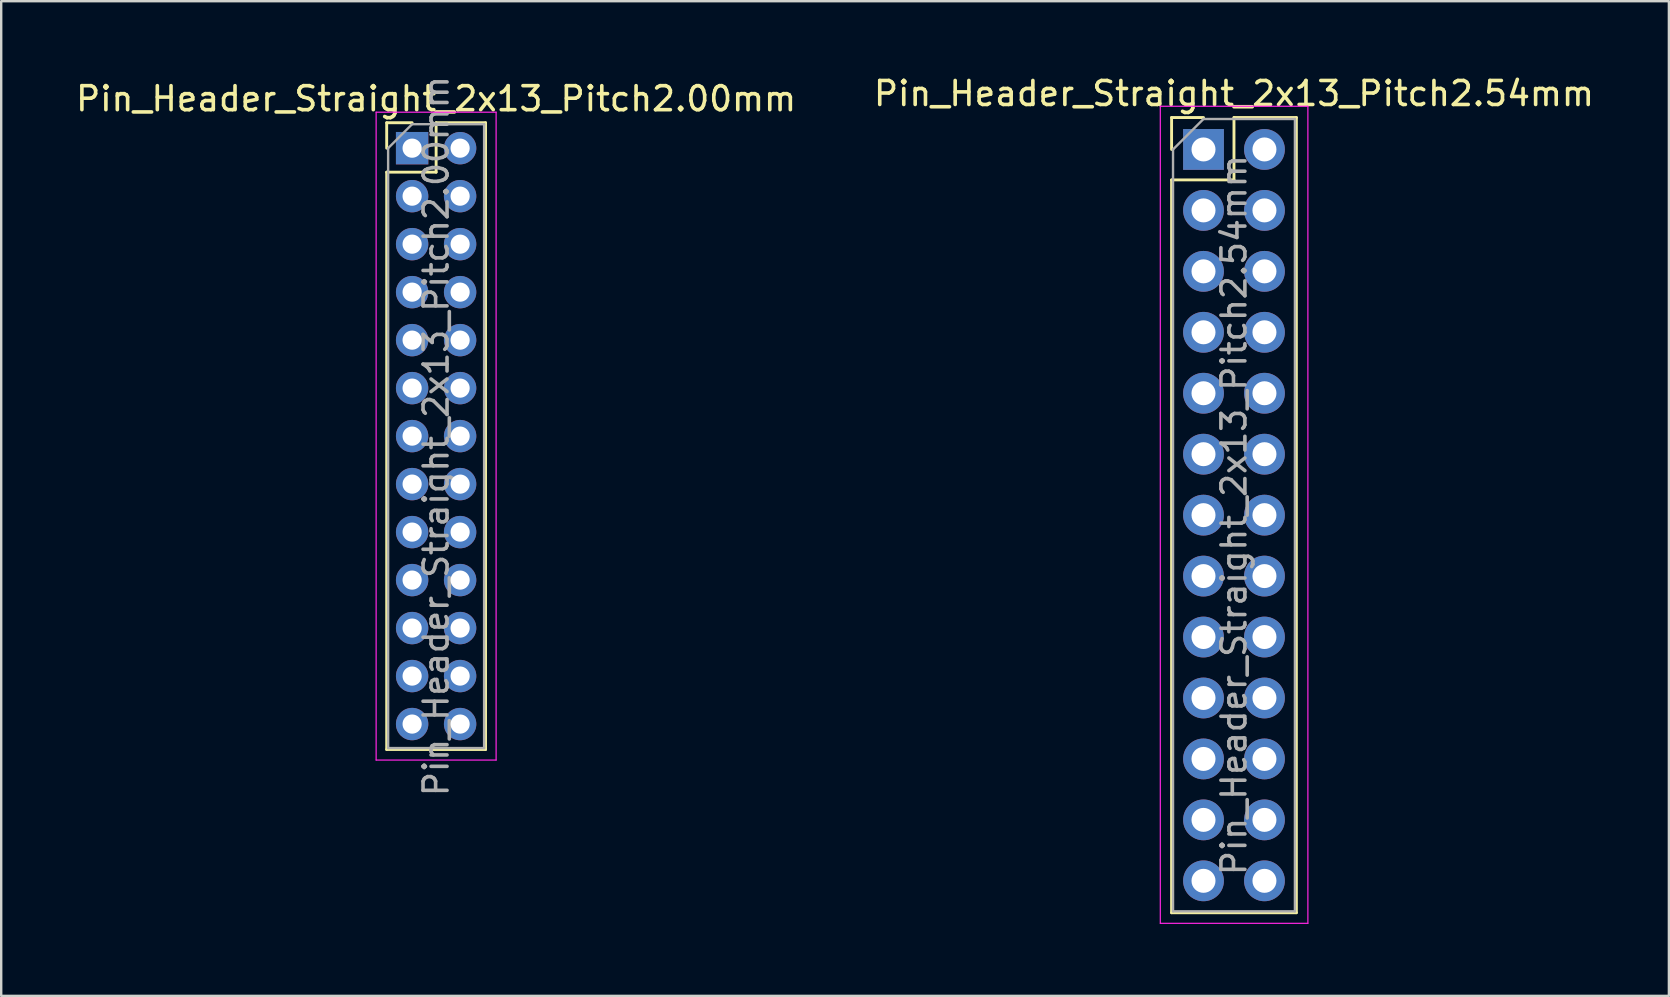
<source format=kicad_pcb>
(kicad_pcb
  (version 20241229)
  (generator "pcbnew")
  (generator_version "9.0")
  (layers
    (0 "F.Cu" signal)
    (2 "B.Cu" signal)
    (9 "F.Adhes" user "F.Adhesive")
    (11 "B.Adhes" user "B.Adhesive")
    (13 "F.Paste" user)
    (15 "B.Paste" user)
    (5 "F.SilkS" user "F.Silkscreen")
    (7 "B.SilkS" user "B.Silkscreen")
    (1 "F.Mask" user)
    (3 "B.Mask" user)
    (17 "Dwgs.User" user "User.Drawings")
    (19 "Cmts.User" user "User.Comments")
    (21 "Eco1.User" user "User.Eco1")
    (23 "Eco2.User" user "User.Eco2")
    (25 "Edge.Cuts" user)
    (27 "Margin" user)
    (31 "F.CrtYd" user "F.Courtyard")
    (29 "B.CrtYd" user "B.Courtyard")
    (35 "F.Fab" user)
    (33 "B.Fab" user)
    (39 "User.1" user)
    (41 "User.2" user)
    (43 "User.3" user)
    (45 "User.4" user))
  (footprint "Pin_Header_Straight_2x13_Pitch2.54mm"
    (layer "F.Cu")
    (at 47.105 3.178)
    (property "Reference" "Pin_Header_Straight_2x13_Pitch2.54mm" (at 1.27 -2.33 0) (layer "F.SilkS") (effects (font (size 1 1) (thickness 0.15))))
    (attr through_hole)
    (fp_line (start -1.33 -1.33) (end 0 -1.33) (stroke (width 0.12) (type solid)) (layer "F.SilkS"))
    (fp_line (start -1.33 0) (end -1.33 -1.33) (stroke (width 0.12) (type solid)) (layer "F.SilkS"))
    (fp_line (start -1.33 1.27) (end -1.33 31.81) (stroke (width 0.12) (type solid)) (layer "F.SilkS"))
    (fp_line (start -1.33 1.27) (end 1.27 1.27) (stroke (width 0.12) (type solid)) (layer "F.SilkS"))
    (fp_line (start -1.33 31.81) (end 3.87 31.81) (stroke (width 0.12) (type solid)) (layer "F.SilkS"))
    (fp_line (start 1.27 -1.33) (end 3.87 -1.33) (stroke (width 0.12) (type solid)) (layer "F.SilkS"))
    (fp_line (start 1.27 1.27) (end 1.27 -1.33) (stroke (width 0.12) (type solid)) (layer "F.SilkS"))
    (fp_line (start 3.87 -1.33) (end 3.87 31.81) (stroke (width 0.12) (type solid)) (layer "F.SilkS"))
    (fp_line (start -1.8 -1.8) (end -1.8 32.25) (stroke (width 0.05) (type solid)) (layer "F.CrtYd"))
    (fp_line (start -1.8 32.25) (end 4.35 32.25) (stroke (width 0.05) (type solid)) (layer "F.CrtYd"))
    (fp_line (start 4.35 -1.8) (end -1.8 -1.8) (stroke (width 0.05) (type solid)) (layer "F.CrtYd"))
    (fp_line (start 4.35 32.25) (end 4.35 -1.8) (stroke (width 0.05) (type solid)) (layer "F.CrtYd"))
    (fp_line (start -1.27 0) (end 0 -1.27) (stroke (width 0.1) (type solid)) (layer "F.Fab"))
    (fp_line (start -1.27 31.75) (end -1.27 0) (stroke (width 0.1) (type solid)) (layer "F.Fab"))
    (fp_line (start 0 -1.27) (end 3.81 -1.27) (stroke (width 0.1) (type solid)) (layer "F.Fab"))
    (fp_line (start 3.81 -1.27) (end 3.81 31.75) (stroke (width 0.1) (type solid)) (layer "F.Fab"))
    (fp_line (start 3.81 31.75) (end -1.27 31.75) (stroke (width 0.1) (type solid)) (layer "F.Fab"))
    (fp_text user "${REFERENCE}" (at 1.27 15.24 90) (layer "F.Fab") (effects (font (size 1 1) (thickness 0.15))))
    (pad "1" thru_hole rect (at 0 0) (size 1.7 1.7) (drill 1) (layers "*.Cu" "*.Mask"))
    (pad "2" thru_hole oval (at 2.54 0) (size 1.7 1.7) (drill 1) (layers "*.Cu" "*.Mask"))
    (pad "3" thru_hole oval (at 0 2.54) (size 1.7 1.7) (drill 1) (layers "*.Cu" "*.Mask"))
    (pad "4" thru_hole oval (at 2.54 2.54) (size 1.7 1.7) (drill 1) (layers "*.Cu" "*.Mask"))
    (pad "5" thru_hole oval (at 0 5.08) (size 1.7 1.7) (drill 1) (layers "*.Cu" "*.Mask"))
    (pad "6" thru_hole oval (at 2.54 5.08) (size 1.7 1.7) (drill 1) (layers "*.Cu" "*.Mask"))
    (pad "7" thru_hole oval (at 0 7.62) (size 1.7 1.7) (drill 1) (layers "*.Cu" "*.Mask"))
    (pad "8" thru_hole oval (at 2.54 7.62) (size 1.7 1.7) (drill 1) (layers "*.Cu" "*.Mask"))
    (pad "9" thru_hole oval (at 0 10.16) (size 1.7 1.7) (drill 1) (layers "*.Cu" "*.Mask"))
    (pad "10" thru_hole oval (at 2.54 10.16) (size 1.7 1.7) (drill 1) (layers "*.Cu" "*.Mask"))
    (pad "11" thru_hole oval (at 0 12.7) (size 1.7 1.7) (drill 1) (layers "*.Cu" "*.Mask"))
    (pad "12" thru_hole oval (at 2.54 12.7) (size 1.7 1.7) (drill 1) (layers "*.Cu" "*.Mask"))
    (pad "13" thru_hole oval (at 0 15.24) (size 1.7 1.7) (drill 1) (layers "*.Cu" "*.Mask"))
    (pad "14" thru_hole oval (at 2.54 15.24) (size 1.7 1.7) (drill 1) (layers "*.Cu" "*.Mask"))
    (pad "15" thru_hole oval (at 0 17.78) (size 1.7 1.7) (drill 1) (layers "*.Cu" "*.Mask"))
    (pad "16" thru_hole oval (at 2.54 17.78) (size 1.7 1.7) (drill 1) (layers "*.Cu" "*.Mask"))
    (pad "17" thru_hole oval (at 0 20.32) (size 1.7 1.7) (drill 1) (layers "*.Cu" "*.Mask"))
    (pad "18" thru_hole oval (at 2.54 20.32) (size 1.7 1.7) (drill 1) (layers "*.Cu" "*.Mask"))
    (pad "19" thru_hole oval (at 0 22.86) (size 1.7 1.7) (drill 1) (layers "*.Cu" "*.Mask"))
    (pad "20" thru_hole oval (at 2.54 22.86) (size 1.7 1.7) (drill 1) (layers "*.Cu" "*.Mask"))
    (pad "21" thru_hole oval (at 0 25.4) (size 1.7 1.7) (drill 1) (layers "*.Cu" "*.Mask"))
    (pad "22" thru_hole oval (at 2.54 25.4) (size 1.7 1.7) (drill 1) (layers "*.Cu" "*.Mask"))
    (pad "23" thru_hole oval (at 0 27.94) (size 1.7 1.7) (drill 1) (layers "*.Cu" "*.Mask"))
    (pad "24" thru_hole oval (at 2.54 27.94) (size 1.7 1.7) (drill 1) (layers "*.Cu" "*.Mask"))
    (pad "25" thru_hole oval (at 0 30.48) (size 1.7 1.7) (drill 1) (layers "*.Cu" "*.Mask"))
    (pad "26" thru_hole oval (at 2.54 30.48) (size 1.7 1.7) (drill 1) (layers "*.Cu" "*.Mask")))
  (footprint "Pin_Header_Straight_2x13_Pitch2.00mm"
    (layer "F.Cu")
    (at 14.125 3.125)
    (property "Reference" "Pin_Header_Straight_2x13_Pitch2.00mm" (at 1 -2.06 0) (layer "F.SilkS") (effects (font (size 1 1) (thickness 0.15))))
    (attr through_hole)
    (fp_line (start -1.06 -1.06) (end 0 -1.06) (stroke (width 0.12) (type solid)) (layer "F.SilkS"))
    (fp_line (start -1.06 0) (end -1.06 -1.06) (stroke (width 0.12) (type solid)) (layer "F.SilkS"))
    (fp_line (start -1.06 1) (end -1.06 25.06) (stroke (width 0.12) (type solid)) (layer "F.SilkS"))
    (fp_line (start -1.06 1) (end 1 1) (stroke (width 0.12) (type solid)) (layer "F.SilkS"))
    (fp_line (start -1.06 25.06) (end 3.06 25.06) (stroke (width 0.12) (type solid)) (layer "F.SilkS"))
    (fp_line (start 1 -1.06) (end 3.06 -1.06) (stroke (width 0.12) (type solid)) (layer "F.SilkS"))
    (fp_line (start 1 1) (end 1 -1.06) (stroke (width 0.12) (type solid)) (layer "F.SilkS"))
    (fp_line (start 3.06 -1.06) (end 3.06 25.06) (stroke (width 0.12) (type solid)) (layer "F.SilkS"))
    (fp_line (start -1.5 -1.5) (end -1.5 25.5) (stroke (width 0.05) (type solid)) (layer "F.CrtYd"))
    (fp_line (start -1.5 25.5) (end 3.5 25.5) (stroke (width 0.05) (type solid)) (layer "F.CrtYd"))
    (fp_line (start 3.5 -1.5) (end -1.5 -1.5) (stroke (width 0.05) (type solid)) (layer "F.CrtYd"))
    (fp_line (start 3.5 25.5) (end 3.5 -1.5) (stroke (width 0.05) (type solid)) (layer "F.CrtYd"))
    (fp_line (start -1 0) (end 0 -1) (stroke (width 0.1) (type solid)) (layer "F.Fab"))
    (fp_line (start -1 25) (end -1 0) (stroke (width 0.1) (type solid)) (layer "F.Fab"))
    (fp_line (start 0 -1) (end 3 -1) (stroke (width 0.1) (type solid)) (layer "F.Fab"))
    (fp_line (start 3 -1) (end 3 25) (stroke (width 0.1) (type solid)) (layer "F.Fab"))
    (fp_line (start 3 25) (end -1 25) (stroke (width 0.1) (type solid)) (layer "F.Fab"))
    (fp_text user "${REFERENCE}" (at 1 12 90) (layer "F.Fab") (effects (font (size 1 1) (thickness 0.15))))
    (pad "1" thru_hole rect (at 0 0) (size 1.35 1.35) (drill 0.8) (layers "*.Cu" "*.Mask"))
    (pad "2" thru_hole oval (at 2 0) (size 1.35 1.35) (drill 0.8) (layers "*.Cu" "*.Mask"))
    (pad "3" thru_hole oval (at 0 2) (size 1.35 1.35) (drill 0.8) (layers "*.Cu" "*.Mask"))
    (pad "4" thru_hole oval (at 2 2) (size 1.35 1.35) (drill 0.8) (layers "*.Cu" "*.Mask"))
    (pad "5" thru_hole oval (at 0 4) (size 1.35 1.35) (drill 0.8) (layers "*.Cu" "*.Mask"))
    (pad "6" thru_hole oval (at 2 4) (size 1.35 1.35) (drill 0.8) (layers "*.Cu" "*.Mask"))
    (pad "7" thru_hole oval (at 0 6) (size 1.35 1.35) (drill 0.8) (layers "*.Cu" "*.Mask"))
    (pad "8" thru_hole oval (at 2 6) (size 1.35 1.35) (drill 0.8) (layers "*.Cu" "*.Mask"))
    (pad "9" thru_hole oval (at 0 8) (size 1.35 1.35) (drill 0.8) (layers "*.Cu" "*.Mask"))
    (pad "10" thru_hole oval (at 2 8) (size 1.35 1.35) (drill 0.8) (layers "*.Cu" "*.Mask"))
    (pad "11" thru_hole oval (at 0 10) (size 1.35 1.35) (drill 0.8) (layers "*.Cu" "*.Mask"))
    (pad "12" thru_hole oval (at 2 10) (size 1.35 1.35) (drill 0.8) (layers "*.Cu" "*.Mask"))
    (pad "13" thru_hole oval (at 0 12) (size 1.35 1.35) (drill 0.8) (layers "*.Cu" "*.Mask"))
    (pad "14" thru_hole oval (at 2 12) (size 1.35 1.35) (drill 0.8) (layers "*.Cu" "*.Mask"))
    (pad "15" thru_hole oval (at 0 14) (size 1.35 1.35) (drill 0.8) (layers "*.Cu" "*.Mask"))
    (pad "16" thru_hole oval (at 2 14) (size 1.35 1.35) (drill 0.8) (layers "*.Cu" "*.Mask"))
    (pad "17" thru_hole oval (at 0 16) (size 1.35 1.35) (drill 0.8) (layers "*.Cu" "*.Mask"))
    (pad "18" thru_hole oval (at 2 16) (size 1.35 1.35) (drill 0.8) (layers "*.Cu" "*.Mask"))
    (pad "19" thru_hole oval (at 0 18) (size 1.35 1.35) (drill 0.8) (layers "*.Cu" "*.Mask"))
    (pad "20" thru_hole oval (at 2 18) (size 1.35 1.35) (drill 0.8) (layers "*.Cu" "*.Mask"))
    (pad "21" thru_hole oval (at 0 20) (size 1.35 1.35) (drill 0.8) (layers "*.Cu" "*.Mask"))
    (pad "22" thru_hole oval (at 2 20) (size 1.35 1.35) (drill 0.8) (layers "*.Cu" "*.Mask"))
    (pad "23" thru_hole oval (at 0 22) (size 1.35 1.35) (drill 0.8) (layers "*.Cu" "*.Mask"))
    (pad "24" thru_hole oval (at 2 22) (size 1.35 1.35) (drill 0.8) (layers "*.Cu" "*.Mask"))
    (pad "25" thru_hole oval (at 0 24) (size 1.35 1.35) (drill 0.8) (layers "*.Cu" "*.Mask"))
    (pad "26" thru_hole oval (at 2 24) (size 1.35 1.35) (drill 0.8) (layers "*.Cu" "*.Mask")))
  (gr_rect
    (start -3 -3)
    (end 66.5 38.453)
    (stroke (width 0.1) (type default))
    (fill no)
    (layer "Edge.Cuts")))
</source>
